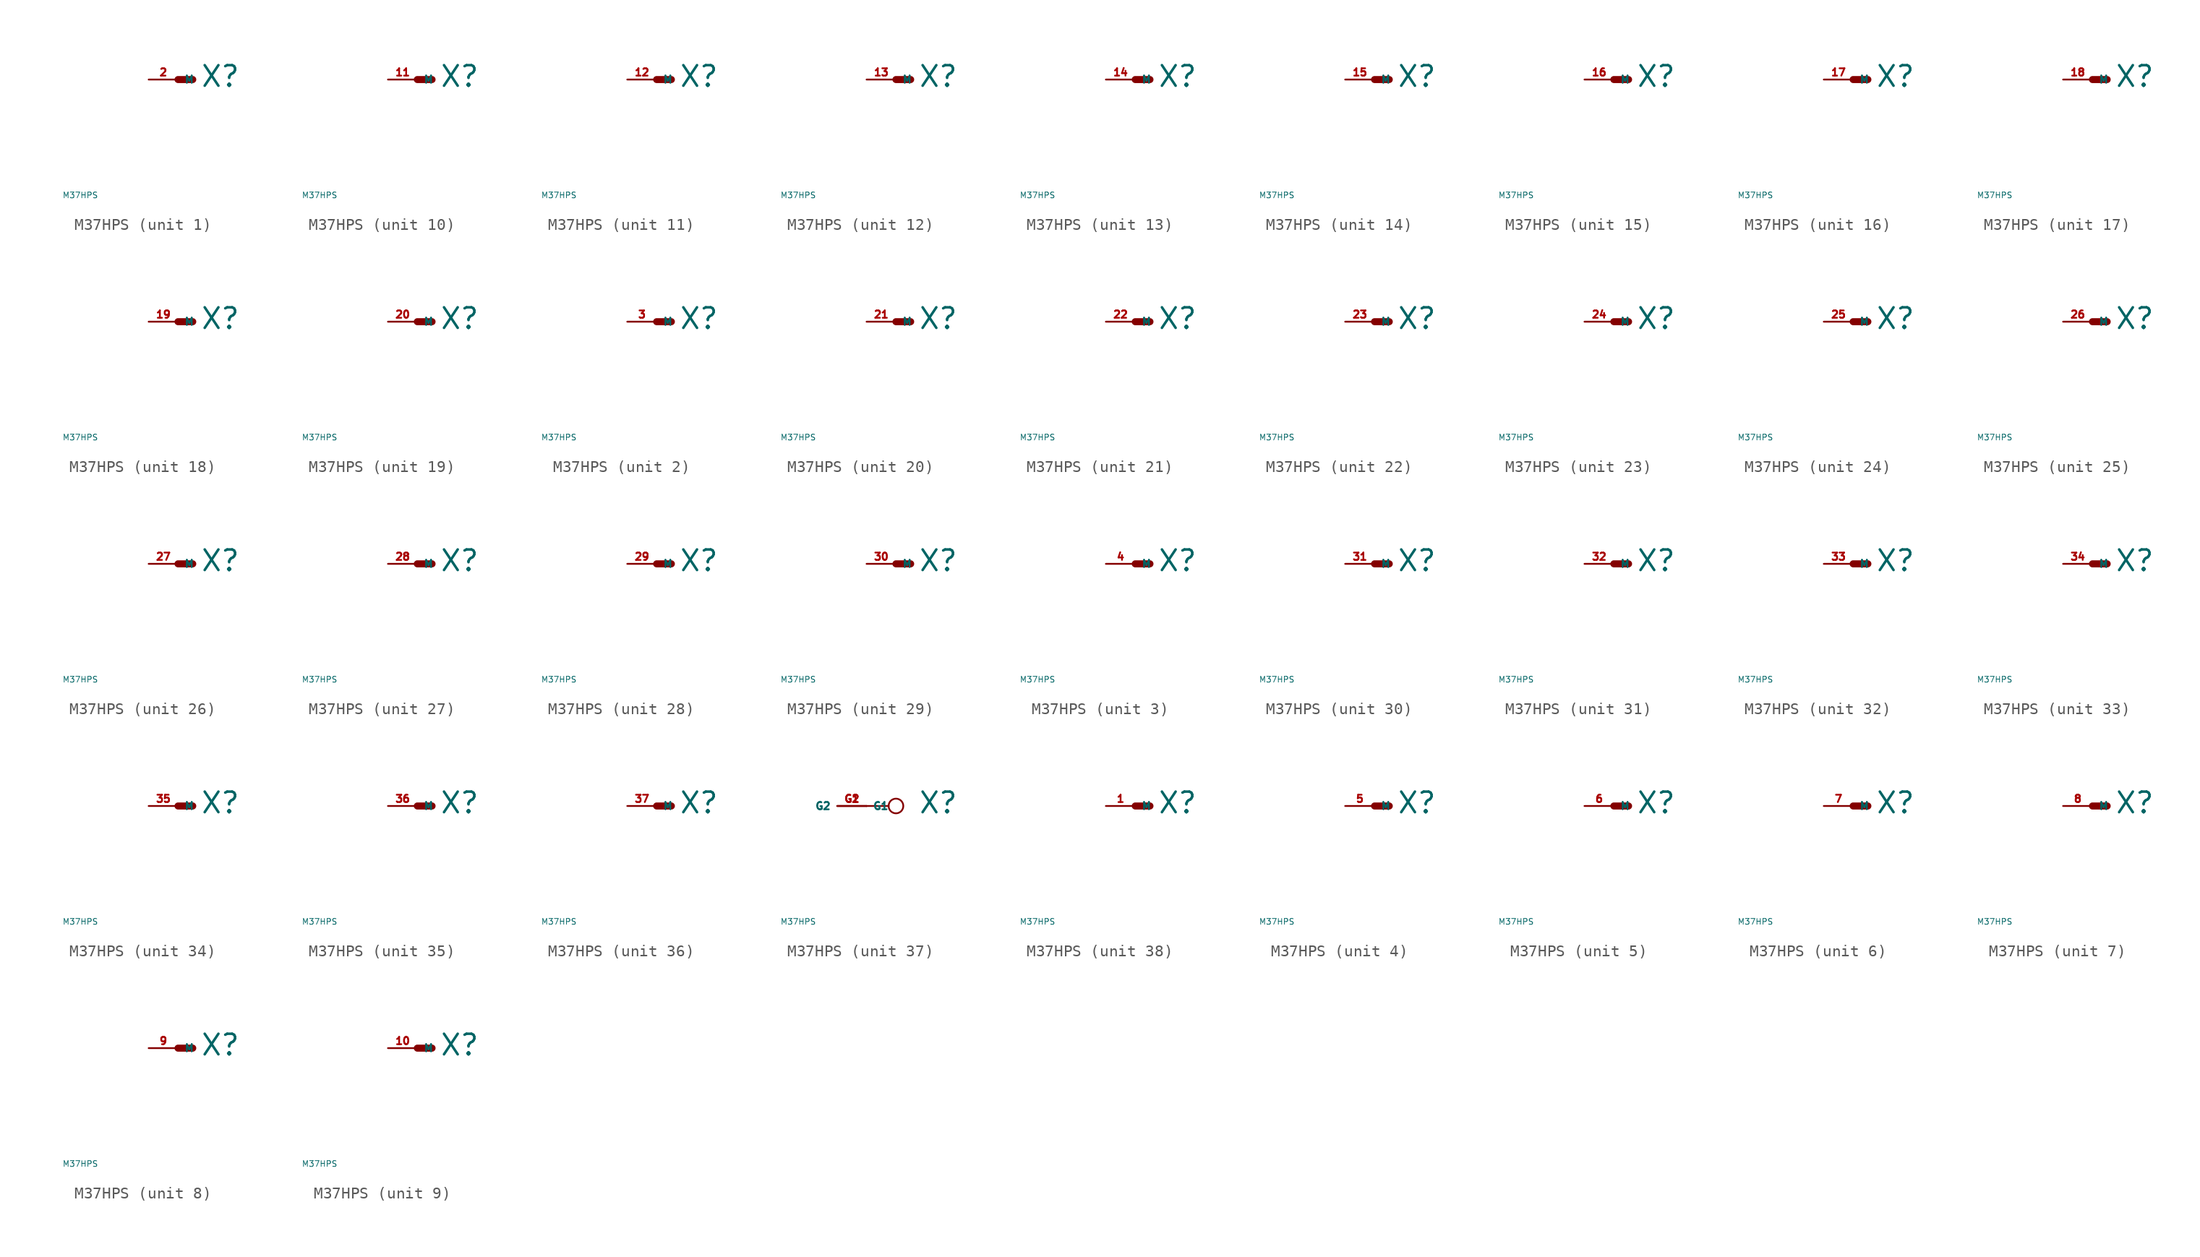
<source format=kicad_sym>
(kicad_symbol_lib
  (version 20220914)
  (generator Eagle2Kicad)
  (symbol "M37HPS"
    (property "Reference" "X"
      (at 1.905 -0.762 0)
      (effects (font (size 1.778 1.778) (thickness 0.22)) (justify left bottom)))
    (property "Value" "M37HPS"
      (at -10 -10 0)
      (effects (font (size 0.5 0.5) (thickness 0.06)) (justify left)))
    (symbol "M37HPS_1_0"
      (polyline (pts (xy 0 0) (xy 1.27 0)) (stroke (width 0.61) (type default)) (fill (type none)))
      (pin passive line (at -2.54 0 0) (length 2.54) (name "M" (effects (font (size 0.635 0.635) (thickness 0.08)) (justify left bottom))) (number "2" (effects (font (size 0.635 0.635) (thickness 0.08)) (justify left bottom)))))
    (symbol "M37HPS_2_0"
      (polyline (pts (xy 0 0) (xy 1.27 0)) (stroke (width 0.61) (type default)) (fill (type none)))
      (pin passive line (at -2.54 0 0) (length 2.54) (name "M" (effects (font (size 0.635 0.635) (thickness 0.08)) (justify left bottom))) (number "3" (effects (font (size 0.635 0.635) (thickness 0.08)) (justify left bottom)))))
    (symbol "M37HPS_3_0"
      (polyline (pts (xy 0 0) (xy 1.27 0)) (stroke (width 0.61) (type default)) (fill (type none)))
      (pin passive line (at -2.54 0 0) (length 2.54) (name "M" (effects (font (size 0.635 0.635) (thickness 0.08)) (justify left bottom))) (number "4" (effects (font (size 0.635 0.635) (thickness 0.08)) (justify left bottom)))))
    (symbol "M37HPS_4_0"
      (polyline (pts (xy 0 0) (xy 1.27 0)) (stroke (width 0.61) (type default)) (fill (type none)))
      (pin passive line (at -2.54 0 0) (length 2.54) (name "M" (effects (font (size 0.635 0.635) (thickness 0.08)) (justify left bottom))) (number "5" (effects (font (size 0.635 0.635) (thickness 0.08)) (justify left bottom)))))
    (symbol "M37HPS_5_0"
      (polyline (pts (xy 0 0) (xy 1.27 0)) (stroke (width 0.61) (type default)) (fill (type none)))
      (pin passive line (at -2.54 0 0) (length 2.54) (name "M" (effects (font (size 0.635 0.635) (thickness 0.08)) (justify left bottom))) (number "6" (effects (font (size 0.635 0.635) (thickness 0.08)) (justify left bottom)))))
    (symbol "M37HPS_6_0"
      (polyline (pts (xy 0 0) (xy 1.27 0)) (stroke (width 0.61) (type default)) (fill (type none)))
      (pin passive line (at -2.54 0 0) (length 2.54) (name "M" (effects (font (size 0.635 0.635) (thickness 0.08)) (justify left bottom))) (number "7" (effects (font (size 0.635 0.635) (thickness 0.08)) (justify left bottom)))))
    (symbol "M37HPS_7_0"
      (polyline (pts (xy 0 0) (xy 1.27 0)) (stroke (width 0.61) (type default)) (fill (type none)))
      (pin passive line (at -2.54 0 0) (length 2.54) (name "M" (effects (font (size 0.635 0.635) (thickness 0.08)) (justify left bottom))) (number "8" (effects (font (size 0.635 0.635) (thickness 0.08)) (justify left bottom)))))
    (symbol "M37HPS_8_0"
      (polyline (pts (xy 0 0) (xy 1.27 0)) (stroke (width 0.61) (type default)) (fill (type none)))
      (pin passive line (at -2.54 0 0) (length 2.54) (name "M" (effects (font (size 0.635 0.635) (thickness 0.08)) (justify left bottom))) (number "9" (effects (font (size 0.635 0.635) (thickness 0.08)) (justify left bottom)))))
    (symbol "M37HPS_9_0"
      (polyline (pts (xy 0 0) (xy 1.27 0)) (stroke (width 0.61) (type default)) (fill (type none)))
      (pin passive line (at -2.54 0 0) (length 2.54) (name "M" (effects (font (size 0.635 0.635) (thickness 0.08)) (justify left bottom))) (number "10" (effects (font (size 0.635 0.635) (thickness 0.08)) (justify left bottom)))))
    (symbol "M37HPS_10_0"
      (polyline (pts (xy 0 0) (xy 1.27 0)) (stroke (width 0.61) (type default)) (fill (type none)))
      (pin passive line (at -2.54 0 0) (length 2.54) (name "M" (effects (font (size 0.635 0.635) (thickness 0.08)) (justify left bottom))) (number "11" (effects (font (size 0.635 0.635) (thickness 0.08)) (justify left bottom)))))
    (symbol "M37HPS_11_0"
      (polyline (pts (xy 0 0) (xy 1.27 0)) (stroke (width 0.61) (type default)) (fill (type none)))
      (pin passive line (at -2.54 0 0) (length 2.54) (name "M" (effects (font (size 0.635 0.635) (thickness 0.08)) (justify left bottom))) (number "12" (effects (font (size 0.635 0.635) (thickness 0.08)) (justify left bottom)))))
    (symbol "M37HPS_12_0"
      (polyline (pts (xy 0 0) (xy 1.27 0)) (stroke (width 0.61) (type default)) (fill (type none)))
      (pin passive line (at -2.54 0 0) (length 2.54) (name "M" (effects (font (size 0.635 0.635) (thickness 0.08)) (justify left bottom))) (number "13" (effects (font (size 0.635 0.635) (thickness 0.08)) (justify left bottom)))))
    (symbol "M37HPS_13_0"
      (polyline (pts (xy 0 0) (xy 1.27 0)) (stroke (width 0.61) (type default)) (fill (type none)))
      (pin passive line (at -2.54 0 0) (length 2.54) (name "M" (effects (font (size 0.635 0.635) (thickness 0.08)) (justify left bottom))) (number "14" (effects (font (size 0.635 0.635) (thickness 0.08)) (justify left bottom)))))
    (symbol "M37HPS_14_0"
      (polyline (pts (xy 0 0) (xy 1.27 0)) (stroke (width 0.61) (type default)) (fill (type none)))
      (pin passive line (at -2.54 0 0) (length 2.54) (name "M" (effects (font (size 0.635 0.635) (thickness 0.08)) (justify left bottom))) (number "15" (effects (font (size 0.635 0.635) (thickness 0.08)) (justify left bottom)))))
    (symbol "M37HPS_15_0"
      (polyline (pts (xy 0 0) (xy 1.27 0)) (stroke (width 0.61) (type default)) (fill (type none)))
      (pin passive line (at -2.54 0 0) (length 2.54) (name "M" (effects (font (size 0.635 0.635) (thickness 0.08)) (justify left bottom))) (number "16" (effects (font (size 0.635 0.635) (thickness 0.08)) (justify left bottom)))))
    (symbol "M37HPS_16_0"
      (polyline (pts (xy 0 0) (xy 1.27 0)) (stroke (width 0.61) (type default)) (fill (type none)))
      (pin passive line (at -2.54 0 0) (length 2.54) (name "M" (effects (font (size 0.635 0.635) (thickness 0.08)) (justify left bottom))) (number "17" (effects (font (size 0.635 0.635) (thickness 0.08)) (justify left bottom)))))
    (symbol "M37HPS_17_0"
      (polyline (pts (xy 0 0) (xy 1.27 0)) (stroke (width 0.61) (type default)) (fill (type none)))
      (pin passive line (at -2.54 0 0) (length 2.54) (name "M" (effects (font (size 0.635 0.635) (thickness 0.08)) (justify left bottom))) (number "18" (effects (font (size 0.635 0.635) (thickness 0.08)) (justify left bottom)))))
    (symbol "M37HPS_18_0"
      (polyline (pts (xy 0 0) (xy 1.27 0)) (stroke (width 0.61) (type default)) (fill (type none)))
      (pin passive line (at -2.54 0 0) (length 2.54) (name "M" (effects (font (size 0.635 0.635) (thickness 0.08)) (justify left bottom))) (number "19" (effects (font (size 0.635 0.635) (thickness 0.08)) (justify left bottom)))))
    (symbol "M37HPS_19_0"
      (polyline (pts (xy 0 0) (xy 1.27 0)) (stroke (width 0.61) (type default)) (fill (type none)))
      (pin passive line (at -2.54 0 0) (length 2.54) (name "M" (effects (font (size 0.635 0.635) (thickness 0.08)) (justify left bottom))) (number "20" (effects (font (size 0.635 0.635) (thickness 0.08)) (justify left bottom)))))
    (symbol "M37HPS_20_0"
      (polyline (pts (xy 0 0) (xy 1.27 0)) (stroke (width 0.61) (type default)) (fill (type none)))
      (pin passive line (at -2.54 0 0) (length 2.54) (name "M" (effects (font (size 0.635 0.635) (thickness 0.08)) (justify left bottom))) (number "21" (effects (font (size 0.635 0.635) (thickness 0.08)) (justify left bottom)))))
    (symbol "M37HPS_21_0"
      (polyline (pts (xy 0 0) (xy 1.27 0)) (stroke (width 0.61) (type default)) (fill (type none)))
      (pin passive line (at -2.54 0 0) (length 2.54) (name "M" (effects (font (size 0.635 0.635) (thickness 0.08)) (justify left bottom))) (number "22" (effects (font (size 0.635 0.635) (thickness 0.08)) (justify left bottom)))))
    (symbol "M37HPS_22_0"
      (polyline (pts (xy 0 0) (xy 1.27 0)) (stroke (width 0.61) (type default)) (fill (type none)))
      (pin passive line (at -2.54 0 0) (length 2.54) (name "M" (effects (font (size 0.635 0.635) (thickness 0.08)) (justify left bottom))) (number "23" (effects (font (size 0.635 0.635) (thickness 0.08)) (justify left bottom)))))
    (symbol "M37HPS_23_0"
      (polyline (pts (xy 0 0) (xy 1.27 0)) (stroke (width 0.61) (type default)) (fill (type none)))
      (pin passive line (at -2.54 0 0) (length 2.54) (name "M" (effects (font (size 0.635 0.635) (thickness 0.08)) (justify left bottom))) (number "24" (effects (font (size 0.635 0.635) (thickness 0.08)) (justify left bottom)))))
    (symbol "M37HPS_24_0"
      (polyline (pts (xy 0 0) (xy 1.27 0)) (stroke (width 0.61) (type default)) (fill (type none)))
      (pin passive line (at -2.54 0 0) (length 2.54) (name "M" (effects (font (size 0.635 0.635) (thickness 0.08)) (justify left bottom))) (number "25" (effects (font (size 0.635 0.635) (thickness 0.08)) (justify left bottom)))))
    (symbol "M37HPS_25_0"
      (polyline (pts (xy 0 0) (xy 1.27 0)) (stroke (width 0.61) (type default)) (fill (type none)))
      (pin passive line (at -2.54 0 0) (length 2.54) (name "M" (effects (font (size 0.635 0.635) (thickness 0.08)) (justify left bottom))) (number "26" (effects (font (size 0.635 0.635) (thickness 0.08)) (justify left bottom)))))
    (symbol "M37HPS_26_0"
      (polyline (pts (xy 0 0) (xy 1.27 0)) (stroke (width 0.61) (type default)) (fill (type none)))
      (pin passive line (at -2.54 0 0) (length 2.54) (name "M" (effects (font (size 0.635 0.635) (thickness 0.08)) (justify left bottom))) (number "27" (effects (font (size 0.635 0.635) (thickness 0.08)) (justify left bottom)))))
    (symbol "M37HPS_27_0"
      (polyline (pts (xy 0 0) (xy 1.27 0)) (stroke (width 0.61) (type default)) (fill (type none)))
      (pin passive line (at -2.54 0 0) (length 2.54) (name "M" (effects (font (size 0.635 0.635) (thickness 0.08)) (justify left bottom))) (number "28" (effects (font (size 0.635 0.635) (thickness 0.08)) (justify left bottom)))))
    (symbol "M37HPS_28_0"
      (polyline (pts (xy 0 0) (xy 1.27 0)) (stroke (width 0.61) (type default)) (fill (type none)))
      (pin passive line (at -2.54 0 0) (length 2.54) (name "M" (effects (font (size 0.635 0.635) (thickness 0.08)) (justify left bottom))) (number "29" (effects (font (size 0.635 0.635) (thickness 0.08)) (justify left bottom)))))
    (symbol "M37HPS_29_0"
      (polyline (pts (xy 0 0) (xy 1.27 0)) (stroke (width 0.61) (type default)) (fill (type none)))
      (pin passive line (at -2.54 0 0) (length 2.54) (name "M" (effects (font (size 0.635 0.635) (thickness 0.08)) (justify left bottom))) (number "30" (effects (font (size 0.635 0.635) (thickness 0.08)) (justify left bottom)))))
    (symbol "M37HPS_30_0"
      (polyline (pts (xy 0 0) (xy 1.27 0)) (stroke (width 0.61) (type default)) (fill (type none)))
      (pin passive line (at -2.54 0 0) (length 2.54) (name "M" (effects (font (size 0.635 0.635) (thickness 0.08)) (justify left bottom))) (number "31" (effects (font (size 0.635 0.635) (thickness 0.08)) (justify left bottom)))))
    (symbol "M37HPS_31_0"
      (polyline (pts (xy 0 0) (xy 1.27 0)) (stroke (width 0.61) (type default)) (fill (type none)))
      (pin passive line (at -2.54 0 0) (length 2.54) (name "M" (effects (font (size 0.635 0.635) (thickness 0.08)) (justify left bottom))) (number "32" (effects (font (size 0.635 0.635) (thickness 0.08)) (justify left bottom)))))
    (symbol "M37HPS_32_0"
      (polyline (pts (xy 0 0) (xy 1.27 0)) (stroke (width 0.61) (type default)) (fill (type none)))
      (pin passive line (at -2.54 0 0) (length 2.54) (name "M" (effects (font (size 0.635 0.635) (thickness 0.08)) (justify left bottom))) (number "33" (effects (font (size 0.635 0.635) (thickness 0.08)) (justify left bottom)))))
    (symbol "M37HPS_33_0"
      (polyline (pts (xy 0 0) (xy 1.27 0)) (stroke (width 0.61) (type default)) (fill (type none)))
      (pin passive line (at -2.54 0 0) (length 2.54) (name "M" (effects (font (size 0.635 0.635) (thickness 0.08)) (justify left bottom))) (number "34" (effects (font (size 0.635 0.635) (thickness 0.08)) (justify left bottom)))))
    (symbol "M37HPS_34_0"
      (polyline (pts (xy 0 0) (xy 1.27 0)) (stroke (width 0.61) (type default)) (fill (type none)))
      (pin passive line (at -2.54 0 0) (length 2.54) (name "M" (effects (font (size 0.635 0.635) (thickness 0.08)) (justify left bottom))) (number "35" (effects (font (size 0.635 0.635) (thickness 0.08)) (justify left bottom)))))
    (symbol "M37HPS_35_0"
      (polyline (pts (xy 0 0) (xy 1.27 0)) (stroke (width 0.61) (type default)) (fill (type none)))
      (pin passive line (at -2.54 0 0) (length 2.54) (name "M" (effects (font (size 0.635 0.635) (thickness 0.08)) (justify left bottom))) (number "36" (effects (font (size 0.635 0.635) (thickness 0.08)) (justify left bottom)))))
    (symbol "M37HPS_36_0"
      (polyline (pts (xy 0 0) (xy 1.27 0)) (stroke (width 0.61) (type default)) (fill (type none)))
      (pin passive line (at -2.54 0 0) (length 2.54) (name "M" (effects (font (size 0.635 0.635) (thickness 0.08)) (justify left bottom))) (number "37" (effects (font (size 0.635 0.635) (thickness 0.08)) (justify left bottom)))))
    (symbol "M37HPS_37_0"
      (polyline (pts (xy -2.54 0) (xy -0.635 0)) (stroke (width 0.152) (type default)) (fill (type none)))
      (circle (center 0 0) (radius 0.635) (stroke (width 0.152) (type default)) (fill (type none)))
      (pin passive line (at -5.08 0 0) (length 2.54) (name "G1" (effects (font (size 0.635 0.635) (thickness 0.08)) (justify left bottom))) (number "G1" (effects (font (size 0.635 0.635) (thickness 0.08)) (justify left bottom))))
      (pin passive line (at -2.54 0 180) (length 2.54) (name "G2" (effects (font (size 0.635 0.635) (thickness 0.08)) (justify left bottom))) (number "G2" (effects (font (size 0.635 0.635) (thickness 0.08)) (justify left bottom)))))
    (symbol "M37HPS_38_0"
      (polyline (pts (xy 0 0) (xy 1.27 0)) (stroke (width 0.61) (type default)) (fill (type none)))
      (pin passive line (at -2.54 0 0) (length 2.54) (name "M" (effects (font (size 0.635 0.635) (thickness 0.08)) (justify left bottom))) (number "1" (effects (font (size 0.635 0.635) (thickness 0.08)) (justify left bottom)))))))
</source>
